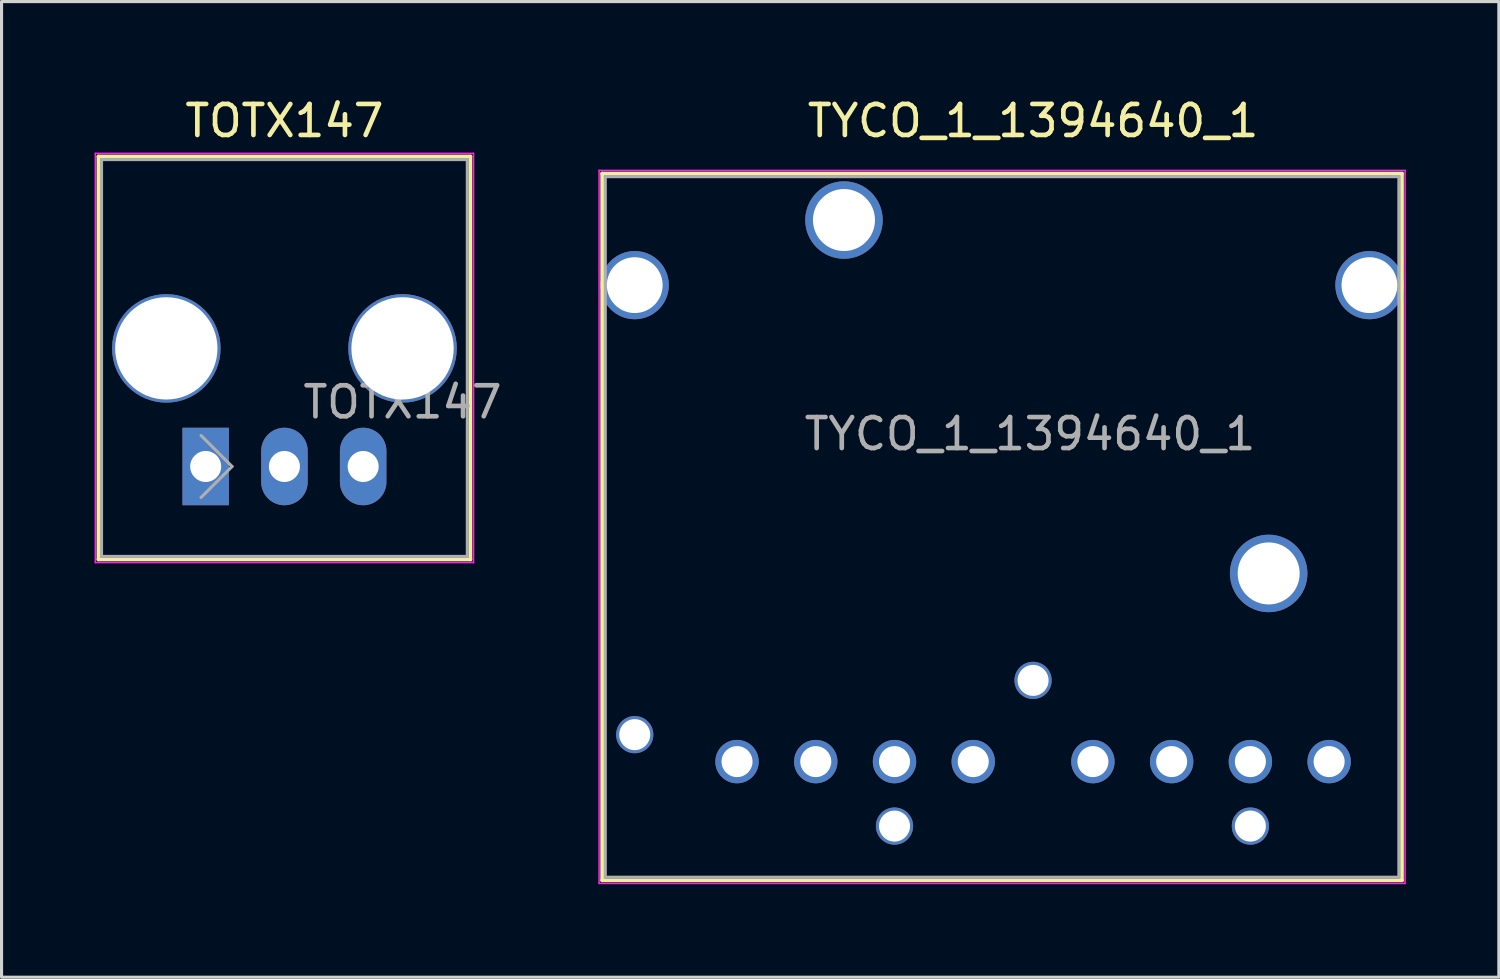
<source format=kicad_pcb>
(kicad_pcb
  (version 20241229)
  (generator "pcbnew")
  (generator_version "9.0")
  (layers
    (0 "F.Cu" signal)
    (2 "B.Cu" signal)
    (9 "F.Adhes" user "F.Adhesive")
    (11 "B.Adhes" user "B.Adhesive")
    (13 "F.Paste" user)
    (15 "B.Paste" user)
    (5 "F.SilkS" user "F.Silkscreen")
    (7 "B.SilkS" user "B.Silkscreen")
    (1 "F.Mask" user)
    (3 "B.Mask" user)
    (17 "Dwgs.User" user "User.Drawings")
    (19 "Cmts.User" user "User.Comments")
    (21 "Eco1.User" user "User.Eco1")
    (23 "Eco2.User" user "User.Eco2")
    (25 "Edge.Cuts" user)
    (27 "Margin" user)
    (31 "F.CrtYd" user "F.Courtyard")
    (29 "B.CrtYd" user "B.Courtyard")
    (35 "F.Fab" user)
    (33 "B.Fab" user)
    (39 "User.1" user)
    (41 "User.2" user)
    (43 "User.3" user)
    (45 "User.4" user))
  (footprint "TYCO_1_1394640_1"
    (layer "F.Cu")
    (at 30.275 14.448)
    (property "Reference" "TYCO_1_1394640_1" (at 0 -13.6 0) (layer "F.SilkS") (effects (font (size 1 1) (thickness 0.15))))
    (attr through_hole)
    (fp_line (start -13.9 -11.9) (end 11.9 -11.9) (stroke (width 0.12) (type solid)) (layer "F.SilkS"))
    (fp_line (start -13.9 10.9) (end -13.9 -11.9) (stroke (width 0.12) (type solid)) (layer "F.SilkS"))
    (fp_line (start 11.9 10.9) (end -13.9 10.9) (stroke (width 0.12) (type solid)) (layer "F.SilkS"))
    (fp_line (start 11.9 10.9) (end 11.9 -11.9) (stroke (width 0.12) (type solid)) (layer "F.SilkS"))
    (fp_line (start -14 11) (end -14 -12) (stroke (width 0.05) (type solid)) (layer "F.CrtYd"))
    (fp_line (start -14 11) (end 12 11) (stroke (width 0.05) (type solid)) (layer "F.CrtYd"))
    (fp_line (start 12 -12) (end -14 -12) (stroke (width 0.05) (type solid)) (layer "F.CrtYd"))
    (fp_line (start 12 -12) (end 12 11) (stroke (width 0.05) (type solid)) (layer "F.CrtYd"))
    (fp_line (start -13.8 10.8) (end -13.8 -11.8) (stroke (width 0.1) (type solid)) (layer "F.Fab"))
    (fp_line (start 11.8 -11.8) (end -13.8 -11.8) (stroke (width 0.1) (type solid)) (layer "F.Fab"))
    (fp_line (start 11.8 10.8) (end -13.8 10.8) (stroke (width 0.1) (type solid)) (layer "F.Fab"))
    (fp_line (start 11.8 10.8) (end 11.8 -11.8) (stroke (width 0.1) (type solid)) (layer "F.Fab"))
    (fp_text user "${REFERENCE}" (at -0.1 -3.5 0) (layer "F.Fab") (effects (font (size 1 1) (thickness 0.15))))
    (pad "" thru_hole circle (at -6.1 -10.4) (size 2.5 2.5) (drill 2) (layers "*.Cu" "*.Mask"))
    (pad "" thru_hole circle (at 7.6 1) (size 2.5 2.5) (drill 2) (layers "*.Cu" "*.Mask"))
    (pad "0" thru_hole circle (at -12.85 -8.3) (size 2.2 2.2) (drill 1.8) (layers "*.Cu" "*.Mask"))
    (pad "0" thru_hole circle (at -12.85 6.2) (size 1.2 1.2) (drill 1) (layers "*.Cu" "*.Mask"))
    (pad "0" thru_hole circle (at -4.47 9.15) (size 1.2 1.2) (drill 1) (layers "*.Cu" "*.Mask"))
    (pad "0" thru_hole circle (at 0 4.45) (size 1.2 1.2) (drill 1) (layers "*.Cu" "*.Mask"))
    (pad "0" thru_hole circle (at 7.01 9.15) (size 1.2 1.2) (drill 1) (layers "*.Cu" "*.Mask"))
    (pad "0" thru_hole circle (at 10.85 -8.3) (size 2.2 2.2) (drill 1.8) (layers "*.Cu" "*.Mask"))
    (pad "1" thru_hole circle (at 9.55 7.07) (size 1.4 1.4) (drill 1) (layers "*.Cu" "*.Mask"))
    (pad "2" thru_hole circle (at 7.01 7.07) (size 1.4 1.4) (drill 1) (layers "*.Cu" "*.Mask"))
    (pad "3" thru_hole circle (at 4.47 7.07) (size 1.4 1.4) (drill 1) (layers "*.Cu" "*.Mask"))
    (pad "4" thru_hole circle (at 1.93 7.07) (size 1.4 1.4) (drill 1) (layers "*.Cu" "*.Mask"))
    (pad "5" thru_hole circle (at -1.93 7.07) (size 1.4 1.4) (drill 1) (layers "*.Cu" "*.Mask"))
    (pad "6" thru_hole circle (at -4.47 7.07) (size 1.4 1.4) (drill 1) (layers "*.Cu" "*.Mask"))
    (pad "7" thru_hole circle (at -7.01 7.07) (size 1.4 1.4) (drill 1) (layers "*.Cu" "*.Mask"))
    (pad "8" thru_hole circle (at -9.55 7.07) (size 1.4 1.4) (drill 1) (layers "*.Cu" "*.Mask")))
  (footprint "TOTX147"
    (layer "F.Cu")
    (at 6.125 11.998)
    (property "Reference" "TOTX147" (at 0 -11.15 0) (layer "F.SilkS") (effects (font (size 1 1) (thickness 0.15))))
    (attr through_hole)
    (fp_line (start -6 3) (end -6 -10) (stroke (width 0.12) (type solid)) (layer "F.SilkS"))
    (fp_line (start -6 3) (end 6 3) (stroke (width 0.12) (type solid)) (layer "F.SilkS"))
    (fp_line (start 6 -10) (end -6 -10) (stroke (width 0.12) (type solid)) (layer "F.SilkS"))
    (fp_line (start 6 3) (end 6 -10) (stroke (width 0.12) (type solid)) (layer "F.SilkS"))
    (fp_line (start -6.1 -10.1) (end -6.1 3.1) (stroke (width 0.05) (type solid)) (layer "F.CrtYd"))
    (fp_line (start -6.1 -10.1) (end 6.1 -10.1) (stroke (width 0.05) (type solid)) (layer "F.CrtYd"))
    (fp_line (start 6.1 3.1) (end -6.1 3.1) (stroke (width 0.05) (type solid)) (layer "F.CrtYd"))
    (fp_line (start 6.1 3.1) (end 6.1 -10.1) (stroke (width 0.05) (type solid)) (layer "F.CrtYd"))
    (fp_line (start -5.9 -9.9) (end 5.9 -9.9) (stroke (width 0.1) (type solid)) (layer "F.Fab"))
    (fp_line (start -5.9 2.9) (end -5.9 -9.9) (stroke (width 0.1) (type solid)) (layer "F.Fab"))
    (fp_line (start -5.9 2.9) (end 5.9 2.9) (stroke (width 0.1) (type solid)) (layer "F.Fab"))
    (fp_line (start -1.69 0) (end -2.69 -1) (stroke (width 0.1) (type solid)) (layer "F.Fab"))
    (fp_line (start -1.69 0) (end -2.69 1) (stroke (width 0.1) (type solid)) (layer "F.Fab"))
    (fp_line (start 5.9 2.9) (end 5.9 -9.9) (stroke (width 0.1) (type solid)) (layer "F.Fab"))
    (fp_text user "${REFERENCE}" (at 3.81 -2.075 0) (layer "F.Fab") (effects (font (size 1 1) (thickness 0.15))))
    (pad "" thru_hole circle (at -3.81 -3.81) (size 3.5 3.5) (drill 3.3) (layers "*.Cu" "*.Mask"))
    (pad "" thru_hole circle (at 3.81 -3.81) (size 3.5 3.5) (drill 3.3) (layers "*.Cu" "*.Mask"))
    (pad "1" thru_hole rect (at -2.54 0) (size 1.5 2.5) (drill 1) (layers "*.Cu" "*.Mask"))
    (pad "2" thru_hole oval (at 0 0) (size 1.5 2.5) (drill 1) (layers "*.Cu" "*.Mask"))
    (pad "3" thru_hole oval (at 2.54 0) (size 1.5 2.5) (drill 1) (layers "*.Cu" "*.Mask")))
  (gr_rect
    (start -3 -3)
    (end 45.3 28.473)
    (stroke (width 0.1) (type default))
    (fill no)
    (layer "Edge.Cuts")))
</source>
